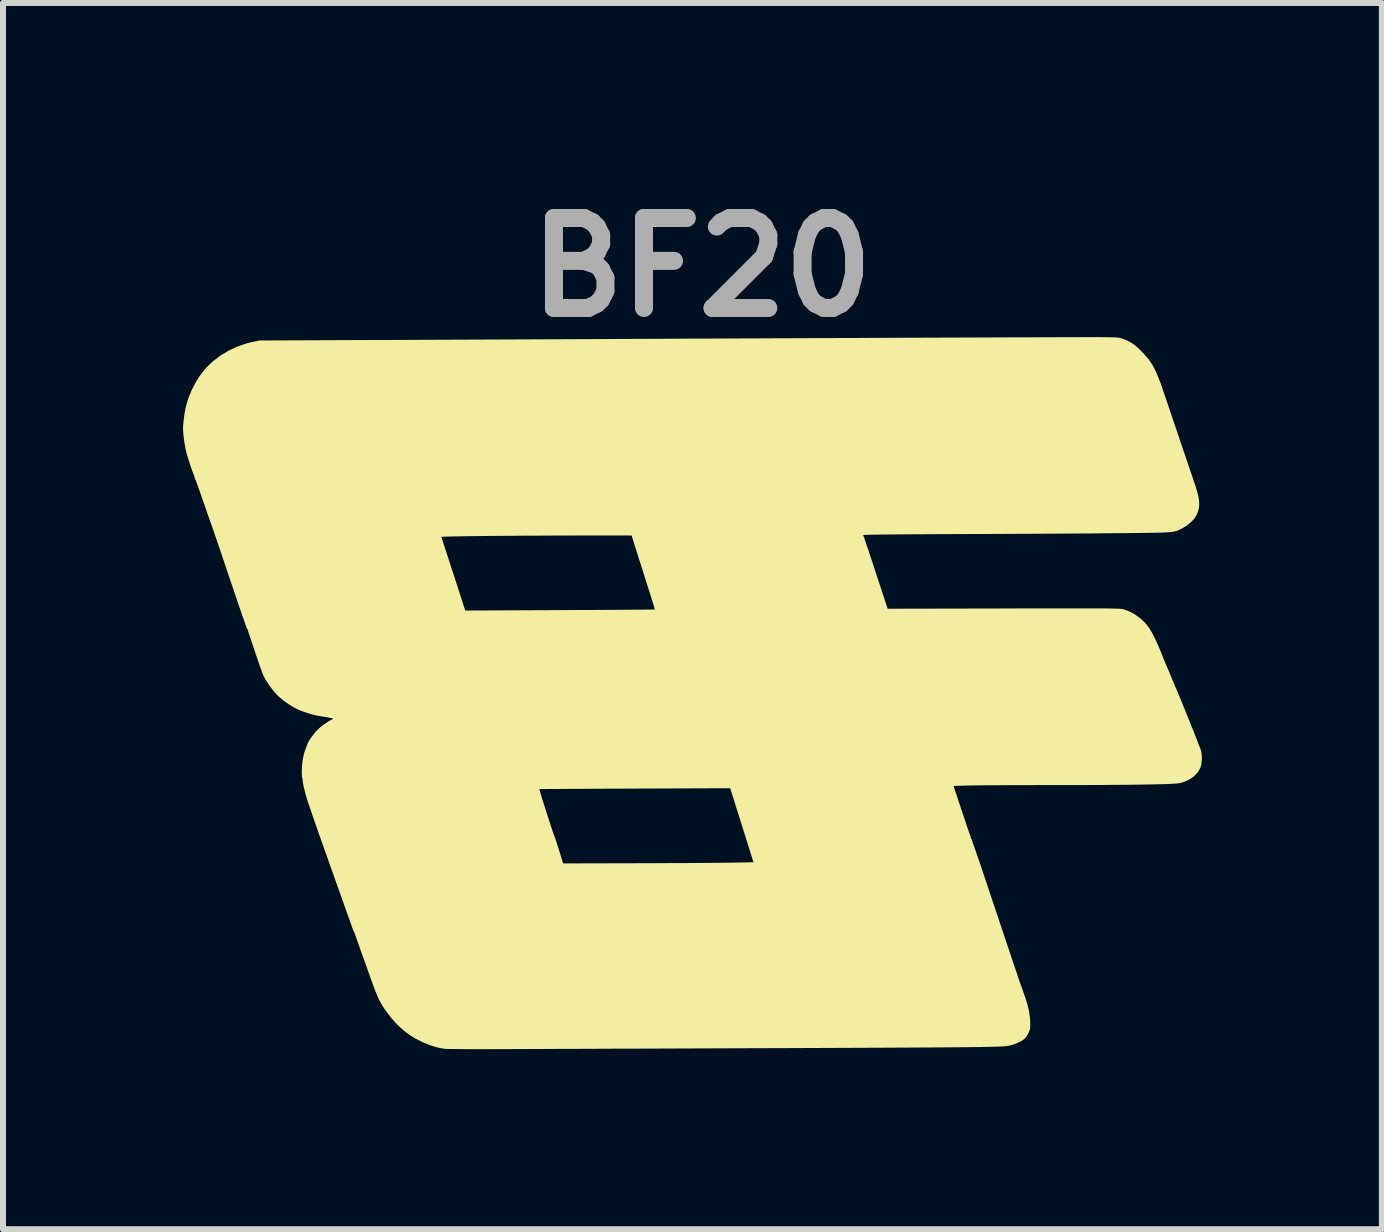
<source format=kicad_pcb>
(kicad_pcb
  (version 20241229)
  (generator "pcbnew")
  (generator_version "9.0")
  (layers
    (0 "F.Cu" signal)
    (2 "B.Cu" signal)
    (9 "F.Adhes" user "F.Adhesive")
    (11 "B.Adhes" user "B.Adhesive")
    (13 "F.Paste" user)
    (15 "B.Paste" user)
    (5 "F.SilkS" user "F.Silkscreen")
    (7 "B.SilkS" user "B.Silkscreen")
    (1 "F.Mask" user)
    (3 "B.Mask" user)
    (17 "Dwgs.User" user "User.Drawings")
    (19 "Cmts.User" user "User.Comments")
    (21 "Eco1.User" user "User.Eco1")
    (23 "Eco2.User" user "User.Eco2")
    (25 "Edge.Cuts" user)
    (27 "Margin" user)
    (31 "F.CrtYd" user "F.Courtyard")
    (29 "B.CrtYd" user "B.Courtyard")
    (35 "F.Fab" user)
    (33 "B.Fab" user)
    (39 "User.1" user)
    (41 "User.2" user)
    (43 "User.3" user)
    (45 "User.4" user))
  (footprint "BF20"
    (layer "F.Cu")
    (at 8.656 8.664)
    (property "Reference" "BF20" (at -0.01 -7.26 0) (layer "F.Fab") (effects (font (size 1.5 1.5) (thickness 0.3))))
    (attr board_only exclude_from_pos_files exclude_from_bom)
    (fp_poly (pts (xy 6.555 -6.096) (xy 6.581 -6.096) (xy 6.675 -6.095) (xy 6.751 -6.094) (xy 6.812 -6.093) (xy 6.86 -6.092) (xy 6.897 -6.09) (xy 6.926 -6.088) (xy 6.948 -6.084) (xy 6.967 -6.08) (xy 6.985 -6.075) (xy 7.005 -6.068) (xy 7.01 -6.066) (xy 7.082 -6.037) (xy 7.142 -6.006) (xy 7.197 -5.968) (xy 7.255 -5.919) (xy 7.274 -5.901) (xy 7.367 -5.807) (xy 7.443 -5.716) (xy 7.504 -5.624) (xy 7.554 -5.527) (xy 7.574 -5.48) (xy 7.589 -5.441) (xy 7.603 -5.406) (xy 7.612 -5.383) (xy 7.621 -5.361) (xy 7.626 -5.348) (xy 7.626 -5.348) (xy 7.631 -5.335) (xy 7.635 -5.328) (xy 7.639 -5.316) (xy 7.649 -5.286) (xy 7.665 -5.24) (xy 7.685 -5.18) (xy 7.71 -5.107) (xy 7.739 -5.022) (xy 7.771 -4.927) (xy 7.806 -4.824) (xy 7.843 -4.714) (xy 7.88 -4.607) (xy 7.921 -4.486) (xy 7.961 -4.365) (xy 8.001 -4.247) (xy 8.04 -4.134) (xy 8.076 -4.028) (xy 8.108 -3.931) (xy 8.137 -3.846) (xy 8.162 -3.774) (xy 8.181 -3.718) (xy 8.19 -3.692) (xy 8.224 -3.589) (xy 8.25 -3.5) (xy 8.267 -3.425) (xy 8.277 -3.36) (xy 8.278 -3.302) (xy 8.273 -3.248) (xy 8.259 -3.196) (xy 8.239 -3.143) (xy 8.232 -3.128) (xy 8.202 -3.081) (xy 8.158 -3.03) (xy 8.104 -2.981) (xy 8.044 -2.938) (xy 7.996 -2.91) (xy 7.97 -2.897) (xy 7.948 -2.886) (xy 7.926 -2.876) (xy 7.904 -2.868) (xy 7.88 -2.861) (xy 7.853 -2.855) (xy 7.821 -2.85) (xy 7.783 -2.846) (xy 7.736 -2.843) (xy 7.681 -2.84) (xy 7.614 -2.838) (xy 7.535 -2.836) (xy 7.442 -2.835) (xy 7.334 -2.833) (xy 7.209 -2.832) (xy 7.065 -2.83) (xy 7.027 -2.83) (xy 6.931 -2.829) (xy 6.816 -2.828) (xy 6.684 -2.827) (xy 6.537 -2.825) (xy 6.376 -2.824) (xy 6.203 -2.823) (xy 6.021 -2.822) (xy 5.83 -2.821) (xy 5.632 -2.82) (xy 5.43 -2.819) (xy 5.224 -2.818) (xy 5.016 -2.817) (xy 4.808 -2.816) (xy 4.603 -2.815) (xy 4.462 -2.815) (xy 4.223 -2.814) (xy 4.004 -2.813) (xy 3.803 -2.812) (xy 3.622 -2.811) (xy 3.458 -2.81) (xy 3.312 -2.809) (xy 3.182 -2.808) (xy 3.069 -2.807) (xy 2.971 -2.806) (xy 2.888 -2.805) (xy 2.82 -2.804) (xy 2.766 -2.803) (xy 2.725 -2.801) (xy 2.697 -2.8) (xy 2.682 -2.799) (xy 2.677 -2.797) (xy 2.682 -2.786) (xy 2.692 -2.757) (xy 2.708 -2.712) (xy 2.728 -2.652) (xy 2.753 -2.58) (xy 2.78 -2.498) (xy 2.811 -2.405) (xy 2.844 -2.306) (xy 2.879 -2.2) (xy 2.886 -2.178) (xy 3.086 -1.57) (xy 5.021 -1.574) (xy 5.254 -1.575) (xy 5.468 -1.575) (xy 5.663 -1.575) (xy 5.84 -1.576) (xy 6.001 -1.576) (xy 6.145 -1.576) (xy 6.275 -1.576) (xy 6.39 -1.576) (xy 6.492 -1.576) (xy 6.582 -1.575) (xy 6.66 -1.575) (xy 6.728 -1.575) (xy 6.786 -1.574) (xy 6.835 -1.573) (xy 6.876 -1.572) (xy 6.91 -1.571) (xy 6.937 -1.57) (xy 6.959 -1.569) (xy 6.977 -1.567) (xy 6.991 -1.565) (xy 7.002 -1.564) (xy 7.012 -1.561) (xy 7.02 -1.559) (xy 7.022 -1.559) (xy 7.114 -1.525) (xy 7.201 -1.478) (xy 7.287 -1.417) (xy 7.356 -1.356) (xy 7.401 -1.307) (xy 7.446 -1.245) (xy 7.492 -1.169) (xy 7.539 -1.078) (xy 7.589 -0.969) (xy 7.642 -0.842) (xy 7.65 -0.822) (xy 7.674 -0.761) (xy 7.698 -0.703) (xy 7.719 -0.652) (xy 7.736 -0.611) (xy 7.746 -0.589) (xy 7.761 -0.555) (xy 7.78 -0.51) (xy 7.801 -0.459) (xy 7.814 -0.426) (xy 7.832 -0.382) (xy 7.848 -0.345) (xy 7.86 -0.318) (xy 7.867 -0.307) (xy 7.873 -0.296) (xy 7.871 -0.294) (xy 7.87 -0.287) (xy 7.879 -0.271) (xy 7.886 -0.256) (xy 7.9 -0.224) (xy 7.92 -0.178) (xy 7.944 -0.119) (xy 7.973 -0.05) (xy 8.004 0.028) (xy 8.038 0.111) (xy 8.073 0.198) (xy 8.109 0.287) (xy 8.144 0.375) (xy 8.179 0.461) (xy 8.211 0.542) (xy 8.24 0.616) (xy 8.265 0.681) (xy 8.286 0.734) (xy 8.301 0.775) (xy 8.309 0.799) (xy 8.311 0.805) (xy 8.32 0.867) (xy 8.322 0.935) (xy 8.316 1.002) (xy 8.304 1.06) (xy 8.297 1.079) (xy 8.256 1.152) (xy 8.198 1.216) (xy 8.125 1.269) (xy 8.036 1.311) (xy 7.961 1.334) (xy 7.936 1.339) (xy 7.897 1.343) (xy 7.844 1.346) (xy 7.776 1.35) (xy 7.693 1.353) (xy 7.595 1.355) (xy 7.48 1.358) (xy 7.349 1.36) (xy 7.201 1.362) (xy 7.035 1.364) (xy 6.852 1.365) (xy 6.651 1.367) (xy 6.43 1.368) (xy 6.191 1.368) (xy 5.932 1.369) (xy 5.722 1.369) (xy 5.569 1.369) (xy 5.418 1.37) (xy 5.27 1.37) (xy 5.128 1.37) (xy 4.994 1.371) (xy 4.868 1.372) (xy 4.753 1.372) (xy 4.65 1.373) (xy 4.561 1.374) (xy 4.488 1.375) (xy 4.432 1.376) (xy 4.397 1.377) (xy 4.184 1.383) (xy 4.314 1.775) (xy 4.343 1.86) (xy 4.369 1.94) (xy 4.394 2.012) (xy 4.414 2.074) (xy 4.431 2.124) (xy 4.444 2.16) (xy 4.45 2.179) (xy 4.451 2.182) (xy 4.459 2.2) (xy 4.46 2.205) (xy 4.465 2.217) (xy 4.47 2.231) (xy 4.47 2.233) (xy 4.475 2.249) (xy 4.475 2.25) (xy 4.476 2.266) (xy 4.483 2.273) (xy 4.486 2.273) (xy 4.493 2.28) (xy 4.492 2.288) (xy 4.492 2.301) (xy 4.497 2.304) (xy 4.504 2.311) (xy 4.502 2.318) (xy 4.502 2.333) (xy 4.505 2.336) (xy 4.509 2.346) (xy 4.52 2.373) (xy 4.535 2.417) (xy 4.556 2.475) (xy 4.58 2.545) (xy 4.608 2.627) (xy 4.639 2.717) (xy 4.672 2.816) (xy 4.707 2.92) (xy 4.711 2.933) (xy 4.771 3.111) (xy 4.829 3.285) (xy 4.886 3.454) (xy 4.94 3.616) (xy 4.992 3.771) (xy 5.041 3.918) (xy 5.087 4.055) (xy 5.13 4.182) (xy 5.168 4.297) (xy 5.203 4.4) (xy 5.233 4.489) (xy 5.258 4.564) (xy 5.278 4.624) (xy 5.293 4.666) (xy 5.302 4.692) (xy 5.304 4.698) (xy 5.311 4.715) (xy 5.312 4.719) (xy 5.317 4.732) (xy 5.32 4.739) (xy 5.327 4.758) (xy 5.337 4.786) (xy 5.341 4.8) (xy 5.352 4.833) (xy 5.367 4.876) (xy 5.383 4.919) (xy 5.383 4.921) (xy 5.418 5.034) (xy 5.444 5.148) (xy 5.459 5.258) (xy 5.462 5.329) (xy 5.462 5.379) (xy 5.46 5.415) (xy 5.456 5.442) (xy 5.447 5.467) (xy 5.435 5.494) (xy 5.416 5.53) (xy 5.395 5.564) (xy 5.382 5.581) (xy 5.345 5.614) (xy 5.29 5.647) (xy 5.222 5.677) (xy 5.159 5.698) (xy 5.137 5.704) (xy 5.116 5.71) (xy 5.095 5.714) (xy 5.071 5.718) (xy 5.042 5.721) (xy 5.006 5.723) (xy 4.961 5.726) (xy 4.905 5.727) (xy 4.835 5.729) (xy 4.75 5.731) (xy 4.646 5.733) (xy 4.632 5.734) (xy 4.587 5.734) (xy 4.522 5.735) (xy 4.439 5.736) (xy 4.338 5.737) (xy 4.221 5.738) (xy 4.088 5.739) (xy 3.94 5.74) (xy 3.778 5.741) (xy 3.603 5.742) (xy 3.415 5.743) (xy 3.217 5.744) (xy 3.008 5.745) (xy 2.79 5.746) (xy 2.564 5.747) (xy 2.33 5.748) (xy 2.089 5.749) (xy 1.842 5.75) (xy 1.591 5.751) (xy 1.335 5.752) (xy 1.077 5.753) (xy 0.984 5.753) (xy 0.718 5.754) (xy 0.45 5.755) (xy 0.183 5.756) (xy -0.082 5.757) (xy -0.345 5.758) (xy -0.605 5.759) (xy -0.86 5.76) (xy -1.108 5.761) (xy -1.35 5.761) (xy -1.584 5.762) (xy -1.809 5.763) (xy -2.023 5.764) (xy -2.226 5.765) (xy -2.416 5.765) (xy -2.593 5.766) (xy -2.755 5.767) (xy -2.9 5.767) (xy -3.029 5.768) (xy -3.14 5.768) (xy -3.227 5.769) (xy -3.376 5.769) (xy -3.518 5.769) (xy -3.653 5.77) (xy -3.779 5.77) (xy -3.895 5.769) (xy -3.999 5.769) (xy -4.09 5.768) (xy -4.167 5.767) (xy -4.227 5.767) (xy -4.271 5.765) (xy -4.296 5.764) (xy -4.298 5.764) (xy -4.414 5.742) (xy -4.536 5.705) (xy -4.659 5.655) (xy -4.777 5.596) (xy -4.886 5.529) (xy -4.962 5.472) (xy -5.068 5.378) (xy -5.161 5.279) (xy -5.249 5.169) (xy -5.281 5.124) (xy -5.314 5.076) (xy -5.343 5.03) (xy -5.368 4.985) (xy -5.393 4.937) (xy -5.417 4.883) (xy -5.443 4.821) (xy -5.472 4.746) (xy -5.504 4.658) (xy -5.526 4.597) (xy -5.557 4.511) (xy -5.591 4.414) (xy -5.627 4.314) (xy -5.662 4.217) (xy -5.693 4.13) (xy -5.7 4.11) (xy -5.723 4.044) (xy -5.745 3.984) (xy -5.763 3.932) (xy -5.777 3.892) (xy -5.786 3.867) (xy -5.789 3.859) (xy -5.793 3.845) (xy -5.792 3.843) (xy -5.796 3.834) (xy -5.805 3.816) (xy -5.816 3.796) (xy -5.82 3.785) (xy -5.825 3.772) (xy -5.828 3.765) (xy -5.83 3.761) (xy -5.832 3.755) (xy -5.836 3.745) (xy -5.841 3.73) (xy -5.848 3.71) (xy -5.858 3.683) (xy -5.87 3.649) (xy -5.885 3.606) (xy -5.904 3.554) (xy -5.926 3.493) (xy -5.952 3.42) (xy -5.982 3.335) (xy -6.016 3.238) (xy -6.056 3.126) (xy -6.101 3) (xy -6.151 2.859) (xy -6.207 2.701) (xy -6.269 2.526) (xy -6.334 2.344) (xy -6.375 2.228) (xy -6.415 2.115) (xy -6.452 2.007) (xy -6.488 1.905) (xy -6.519 1.812) (xy -6.548 1.73) (xy -6.571 1.66) (xy -6.59 1.604) (xy -6.602 1.564) (xy -6.607 1.548) (xy -6.625 1.478) (xy -6.635 1.436) (xy -2.717 1.436) (xy -2.716 1.446) (xy -2.708 1.473) (xy -2.696 1.515) (xy -2.68 1.568) (xy -2.661 1.631) (xy -2.639 1.701) (xy -2.615 1.775) (xy -2.591 1.851) (xy -2.566 1.927) (xy -2.542 2.001) (xy -2.52 2.068) (xy -2.5 2.129) (xy -2.483 2.178) (xy -2.469 2.216) (xy -2.461 2.238) (xy -2.454 2.256) (xy -2.442 2.291) (xy -2.427 2.338) (xy -2.409 2.395) (xy -2.389 2.457) (xy -2.385 2.471) (xy -2.321 2.674) (xy -1.082 2.671) (xy -0.917 2.67) (xy -0.753 2.67) (xy -0.591 2.669) (xy -0.433 2.668) (xy -0.28 2.668) (xy -0.135 2.667) (xy 0.001 2.666) (xy 0.126 2.665) (xy 0.238 2.664) (xy 0.336 2.663) (xy 0.418 2.662) (xy 0.482 2.661) (xy 0.504 2.661) (xy 0.85 2.654) (xy 0.656 2.037) (xy 0.462 1.421) (xy -1.126 1.427) (xy -1.304 1.428) (xy -1.476 1.429) (xy -1.642 1.429) (xy -1.8 1.43) (xy -1.949 1.431) (xy -2.088 1.432) (xy -2.217 1.432) (xy -2.333 1.433) (xy -2.436 1.434) (xy -2.524 1.434) (xy -2.598 1.435) (xy -2.654 1.435) (xy -2.694 1.436) (xy -2.714 1.436) (xy -2.717 1.436) (xy -6.635 1.436) (xy -6.641 1.414) (xy -6.652 1.359) (xy -6.66 1.317) (xy -6.663 1.288) (xy -6.662 1.278) (xy -6.664 1.266) (xy -6.667 1.264) (xy -6.671 1.251) (xy -6.675 1.222) (xy -6.677 1.179) (xy -6.677 1.137) (xy -6.672 1.032) (xy -6.659 0.93) (xy -6.637 0.834) (xy -6.609 0.752) (xy -6.605 0.744) (xy -6.591 0.709) (xy -6.58 0.681) (xy -6.576 0.664) (xy -6.576 0.664) (xy -6.57 0.651) (xy -6.566 0.649) (xy -6.557 0.641) (xy -6.555 0.635) (xy -6.549 0.615) (xy -6.543 0.607) (xy -6.531 0.592) (xy -6.512 0.566) (xy -6.49 0.534) (xy -6.489 0.534) (xy -6.442 0.475) (xy -6.379 0.414) (xy -6.307 0.357) (xy -6.232 0.307) (xy -6.192 0.285) (xy -6.167 0.271) (xy -6.153 0.262) (xy -6.151 0.259) (xy -6.162 0.256) (xy -6.189 0.251) (xy -6.23 0.244) (xy -6.28 0.235) (xy -6.317 0.229) (xy -6.377 0.219) (xy -6.435 0.208) (xy -6.485 0.197) (xy -6.523 0.187) (xy -6.535 0.183) (xy -6.579 0.169) (xy -6.627 0.153) (xy -6.647 0.147) (xy -6.723 0.118) (xy -6.806 0.076) (xy -6.892 0.024) (xy -6.975 -0.035) (xy -7.052 -0.098) (xy -7.1 -0.144) (xy -7.144 -0.194) (xy -7.191 -0.255) (xy -7.237 -0.321) (xy -7.279 -0.386) (xy -7.311 -0.445) (xy -7.32 -0.464) (xy -7.33 -0.488) (xy -7.345 -0.529) (xy -7.365 -0.584) (xy -7.388 -0.65) (xy -7.413 -0.724) (xy -7.44 -0.803) (xy -7.459 -0.859) (xy -7.485 -0.938) (xy -7.509 -1.01) (xy -7.531 -1.074) (xy -7.549 -1.128) (xy -7.563 -1.169) (xy -7.571 -1.194) (xy -7.574 -1.203) (xy -7.578 -1.22) (xy -7.578 -1.222) (xy -7.586 -1.235) (xy -7.589 -1.237) (xy -7.594 -1.247) (xy -7.604 -1.275) (xy -7.62 -1.32) (xy -7.641 -1.38) (xy -7.667 -1.453) (xy -7.696 -1.538) (xy -7.729 -1.633) (xy -7.765 -1.738) (xy -7.803 -1.851) (xy -7.843 -1.97) (xy -7.865 -2.035) (xy -7.908 -2.162) (xy -7.95 -2.287) (xy -7.991 -2.409) (xy -8.03 -2.525) (xy -8.067 -2.634) (xy -8.101 -2.733) (xy -8.113 -2.766) (xy -4.354 -2.766) (xy -4.345 -2.751) (xy -4.344 -2.748) (xy -4.344 -2.746) (xy -4.344 -2.745) (xy -4.343 -2.742) (xy -4.341 -2.737) (xy -4.338 -2.727) (xy -4.333 -2.711) (xy -4.326 -2.687) (xy -4.315 -2.654) (xy -4.301 -2.611) (xy -4.283 -2.556) (xy -4.26 -2.486) (xy -4.233 -2.402) (xy -4.2 -2.301) (xy -4.178 -2.233) (xy -4.145 -2.134) (xy -4.114 -2.037) (xy -4.084 -1.946) (xy -4.057 -1.862) (xy -4.033 -1.787) (xy -4.012 -1.724) (xy -3.997 -1.676) (xy -3.987 -1.645) (xy -3.987 -1.645) (xy -3.953 -1.54) (xy -2.375 -1.547) (xy -2.197 -1.548) (xy -2.026 -1.549) (xy -1.86 -1.549) (xy -1.703 -1.55) (xy -1.555 -1.551) (xy -1.416 -1.552) (xy -1.289 -1.553) (xy -1.173 -1.554) (xy -1.071 -1.554) (xy -0.983 -1.555) (xy -0.91 -1.556) (xy -0.854 -1.556) (xy -0.816 -1.557) (xy -0.796 -1.557) (xy -0.794 -1.557) (xy -0.796 -1.567) (xy -0.804 -1.594) (xy -0.816 -1.636) (xy -0.833 -1.69) (xy -0.853 -1.755) (xy -0.876 -1.828) (xy -0.894 -1.884) (xy -0.924 -1.98) (xy -0.958 -2.086) (xy -0.993 -2.197) (xy -1.028 -2.307) (xy -1.061 -2.409) (xy -1.089 -2.498) (xy -1.089 -2.499) (xy -1.181 -2.791) (xy -1.821 -2.791) (xy -2.008 -2.791) (xy -2.196 -2.79) (xy -2.382 -2.79) (xy -2.566 -2.789) (xy -2.748 -2.788) (xy -2.925 -2.788) (xy -3.096 -2.786) (xy -3.262 -2.785) (xy -3.42 -2.784) (xy -3.569 -2.783) (xy -3.709 -2.781) (xy -3.838 -2.78) (xy -3.955 -2.778) (xy -4.06 -2.776) (xy -4.15 -2.775) (xy -4.225 -2.773) (xy -4.284 -2.771) (xy -4.326 -2.769) (xy -4.349 -2.768) (xy -4.354 -2.766) (xy -8.113 -2.766) (xy -8.132 -2.821) (xy -8.157 -2.897) (xy -8.178 -2.957) (xy -8.194 -3) (xy -8.197 -3.009) (xy -8.219 -3.071) (xy -8.246 -3.148) (xy -8.276 -3.233) (xy -8.306 -3.321) (xy -8.336 -3.407) (xy -8.353 -3.455) (xy -8.377 -3.525) (xy -8.4 -3.588) (xy -8.42 -3.644) (xy -8.436 -3.688) (xy -8.448 -3.718) (xy -8.455 -3.731) (xy -8.455 -3.731) (xy -8.461 -3.743) (xy -8.458 -3.745) (xy -8.457 -3.751) (xy -8.463 -3.76) (xy -8.47 -3.772) (xy -8.468 -3.775) (xy -8.467 -3.781) (xy -8.47 -3.788) (xy -8.478 -3.803) (xy -8.49 -3.834) (xy -8.506 -3.877) (xy -8.524 -3.929) (xy -8.543 -3.985) (xy -8.561 -4.044) (xy -8.579 -4.1) (xy -8.594 -4.15) (xy -8.599 -4.168) (xy -8.613 -4.227) (xy -8.626 -4.298) (xy -8.638 -4.376) (xy -8.648 -4.454) (xy -8.654 -4.525) (xy -8.656 -4.577) (xy -8.654 -4.624) (xy -8.648 -4.686) (xy -8.64 -4.755) (xy -8.63 -4.826) (xy -8.618 -4.892) (xy -8.606 -4.949) (xy -8.604 -4.957) (xy -8.563 -5.09) (xy -8.507 -5.224) (xy -8.437 -5.356) (xy -8.365 -5.467) (xy -8.269 -5.586) (xy -8.157 -5.694) (xy -8.031 -5.79) (xy -7.893 -5.873) (xy -7.747 -5.941) (xy -7.593 -5.993) (xy -7.505 -6.014) (xy -7.383 -6.04) (xy -0.578 -6.069) (xy -0.205 -6.071) (xy 0.165 -6.072) (xy 0.529 -6.074) (xy 0.889 -6.075) (xy 1.243 -6.077) (xy 1.591 -6.078) (xy 1.931 -6.08) (xy 2.265 -6.081) (xy 2.59 -6.082) (xy 2.907 -6.084) (xy 3.214 -6.085) (xy 3.512 -6.086) (xy 3.8 -6.087) (xy 4.077 -6.088) (xy 4.343 -6.089) (xy 4.597 -6.09) (xy 4.838 -6.091) (xy 5.066 -6.092) (xy 5.281 -6.093) (xy 5.481 -6.093) (xy 5.667 -6.094) (xy 5.837 -6.094) (xy 5.992 -6.095) (xy 6.13 -6.095) (xy 6.251 -6.095) (xy 6.355 -6.096) (xy 6.44 -6.096) (xy 6.507 -6.096)) (stroke (width 0) (type solid)) (fill yes) (layer "F.SilkS")))
  (gr_rect
    (start -3 -3)
    (end 19.978 17.434)
    (stroke (width 0.1) (type default))
    (fill no)
    (layer "Edge.Cuts")))
</source>
